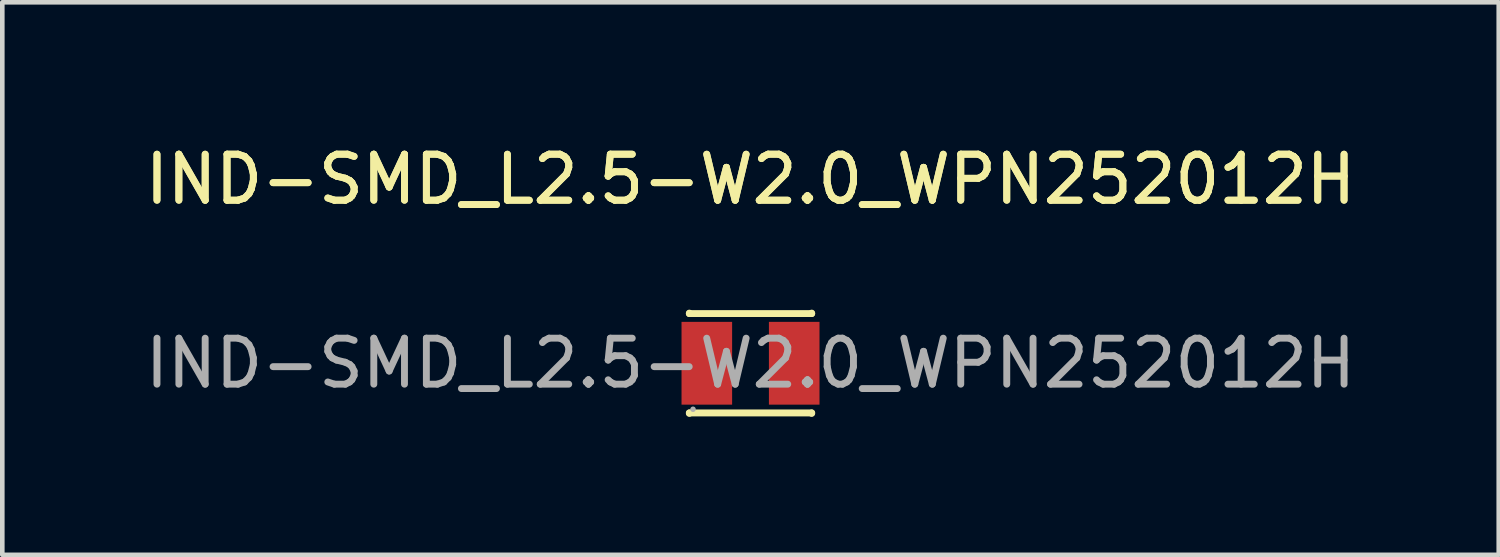
<source format=kicad_pcb>
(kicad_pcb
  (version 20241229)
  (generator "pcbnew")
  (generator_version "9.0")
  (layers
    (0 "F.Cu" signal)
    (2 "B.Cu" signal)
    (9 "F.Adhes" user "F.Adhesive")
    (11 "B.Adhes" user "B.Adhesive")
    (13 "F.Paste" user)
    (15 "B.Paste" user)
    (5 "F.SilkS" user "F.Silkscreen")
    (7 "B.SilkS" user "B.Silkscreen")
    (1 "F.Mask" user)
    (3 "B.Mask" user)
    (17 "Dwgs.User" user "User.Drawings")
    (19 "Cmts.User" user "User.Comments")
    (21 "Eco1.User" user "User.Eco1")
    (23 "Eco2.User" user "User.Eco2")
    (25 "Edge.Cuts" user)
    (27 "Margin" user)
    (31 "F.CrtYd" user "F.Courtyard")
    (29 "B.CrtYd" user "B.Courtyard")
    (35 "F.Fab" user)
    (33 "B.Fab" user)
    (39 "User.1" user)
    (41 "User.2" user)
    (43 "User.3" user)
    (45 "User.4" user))
  (footprint "IND-SMD_L2.5-W2.0_WPN252012H"
    (layer "F.Cu")
    (at 13.268 4.848)
    (property "Reference" "IND-SMD_L2.5-W2.0_WPN252012H" (at 0 -4 0) (layer "F.SilkS") (effects (font (size 1 1) (thickness 0.15))))
    (attr smd)
    (fp_line (start -1.33 -1.09) (end -1.33 -1.08) (stroke (width 0.15) (type solid)) (layer "F.SilkS"))
    (fp_line (start -1.33 -1.08) (end 1.33 -1.08) (stroke (width 0.15) (type solid)) (layer "F.SilkS"))
    (fp_line (start -1.33 1.08) (end 1.33 1.08) (stroke (width 0.15) (type solid)) (layer "F.SilkS"))
    (fp_line (start -1.33 1.09) (end -1.33 1.08) (stroke (width 0.15) (type solid)) (layer "F.SilkS"))
    (fp_line (start 1.33 -1.08) (end 1.33 -1.09) (stroke (width 0.15) (type solid)) (layer "F.SilkS"))
    (fp_line (start 1.33 1.08) (end 1.33 1.09) (stroke (width 0.15) (type solid)) (layer "F.SilkS"))
    (fp_circle (center -1.25 1) (end -1.22 1) (stroke (width 0.06) (type solid)) (fill no) (layer "F.Fab"))
    (fp_text user "${REFERENCE}" (at 0 -4 0) (layer "F.SilkS") (effects (font (size 1 1) (thickness 0.15))))
    (fp_text user "${REFERENCE}" (at 0 0 0) (layer "F.Fab") (effects (font (size 1 1) (thickness 0.15))))
    (pad "1" smd rect (at -0.95 0 180) (size 1.1 1.8) (layers "F.Cu" "F.Mask" "F.Paste"))
    (pad "2" smd rect (at 0.95 0 180) (size 1.1 1.8) (layers "F.Cu" "F.Mask" "F.Paste")))
  (gr_rect
    (start -3 -3)
    (end 29.536 9.013)
    (stroke (width 0.1) (type default))
    (fill no)
    (layer "Edge.Cuts")))
</source>
